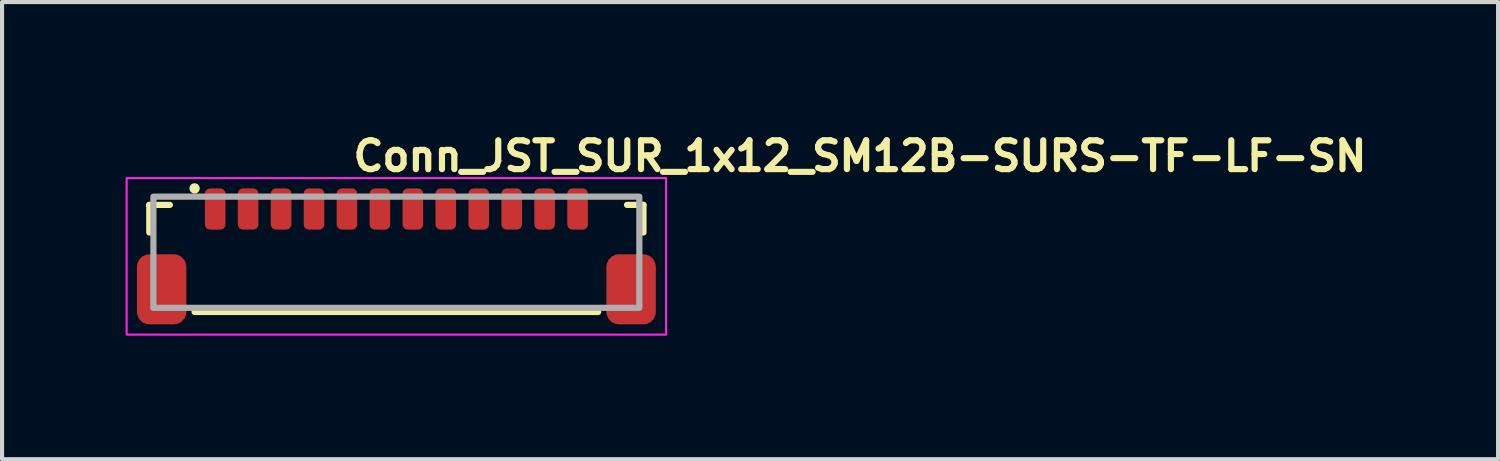
<source format=kicad_pcb>
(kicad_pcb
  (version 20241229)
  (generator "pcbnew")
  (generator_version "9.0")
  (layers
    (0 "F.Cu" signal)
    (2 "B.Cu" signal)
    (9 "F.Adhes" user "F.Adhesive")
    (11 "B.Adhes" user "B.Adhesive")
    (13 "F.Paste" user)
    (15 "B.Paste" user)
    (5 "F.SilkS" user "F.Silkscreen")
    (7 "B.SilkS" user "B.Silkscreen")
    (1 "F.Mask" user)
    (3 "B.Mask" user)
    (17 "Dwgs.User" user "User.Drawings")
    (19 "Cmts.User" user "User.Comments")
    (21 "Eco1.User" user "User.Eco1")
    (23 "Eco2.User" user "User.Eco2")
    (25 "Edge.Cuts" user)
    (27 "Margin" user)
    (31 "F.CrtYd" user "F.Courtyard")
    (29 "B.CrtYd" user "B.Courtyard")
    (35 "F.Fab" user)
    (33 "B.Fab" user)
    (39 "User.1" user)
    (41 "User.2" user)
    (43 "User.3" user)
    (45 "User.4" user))
  (footprint "Conn_JST_SUR_1x12_SM12B-SURS-TF-LF-SN"
    (layer "F.Cu")
    (at 6.575 3.075)
    (property "Reference" "Conn_JST_SUR_1x12_SM12B-SURS-TF-LF-SN" (at -1.125 -1.925 0) (layer "F.SilkS") (effects (font (size 0.7 0.7) (thickness 0.15)) (justify left bottom)))
    (attr smd)
    (fp_line (start -6 -1.15) (end -6 -0.48) (stroke (width 0.15) (type solid)) (layer "F.SilkS"))
    (fp_line (start -5.5 -1.15) (end -6 -1.15) (stroke (width 0.15) (type solid)) (layer "F.SilkS"))
    (fp_line (start -4.9 1.45) (end 4.9 1.45) (stroke (width 0.15) (type solid)) (layer "F.SilkS"))
    (fp_line (start 6 -1.15) (end 5.6 -1.15) (stroke (width 0.15) (type solid)) (layer "F.SilkS"))
    (fp_line (start 6 -0.48) (end 6 -1.15) (stroke (width 0.15) (type solid)) (layer "F.SilkS"))
    (fp_circle (center -4.9 -1.55) (end -4.85 -1.55) (stroke (width 0.15) (type solid)) (fill yes) (layer "F.SilkS"))
    (fp_rect (start -6.55 -1.8) (end 6.55 2) (stroke (width 0.05) (type solid)) (fill no) (layer "F.CrtYd"))
    (fp_rect (start -5.9 -1.35) (end 5.9 1.35) (stroke (width 0.15) (type solid)) (fill no) (layer "F.Fab"))
    (fp_rect (start -5.9 -1.35) (end 5.9 1.35) (stroke (width 0.1) (type solid)) (fill no) (layer "User.5"))
    (fp_line (start -5.9 -1.05) (end -5.9 1.35) (stroke (width 0.02) (type solid)) (layer "User.9"))
    (fp_line (start -5.9 -1.05) (end -5.1 -1.05) (stroke (width 0.02) (type solid)) (layer "User.9"))
    (fp_line (start -5.1 -1.05) (end -5.1 -1.35) (stroke (width 0.02) (type solid)) (layer "User.9"))
    (fp_line (start 5.1 -1.35) (end -5.1 -1.35) (stroke (width 0.02) (type solid)) (layer "User.9"))
    (fp_line (start 5.1 -1.35) (end 5.1 -1.05) (stroke (width 0.02) (type solid)) (layer "User.9"))
    (fp_line (start 5.1 -1.05) (end 5.9 -1.05) (stroke (width 0.02) (type solid)) (layer "User.9"))
    (fp_line (start 5.9 -1.05) (end 5.9 1.35) (stroke (width 0.02) (type solid)) (layer "User.9"))
    (fp_line (start 5.9 1.35) (end -5.9 1.35) (stroke (width 0.02) (type solid)) (layer "User.9"))
    (pad "1" smd roundrect (at -4.4 -1.05) (size 0.5 1) (layers "F.Cu" "F.Mask" "F.Paste") (roundrect_rratio 0.25))
    (pad "2" smd roundrect (at -3.6 -1.05) (size 0.5 1) (layers "F.Cu" "F.Mask" "F.Paste") (roundrect_rratio 0.25))
    (pad "3" smd roundrect (at -2.8 -1.05) (size 0.5 1) (layers "F.Cu" "F.Mask" "F.Paste") (roundrect_rratio 0.25))
    (pad "4" smd roundrect (at -2 -1.05) (size 0.5 1) (layers "F.Cu" "F.Mask" "F.Paste") (roundrect_rratio 0.25))
    (pad "5" smd roundrect (at -1.2 -1.05) (size 0.5 1) (layers "F.Cu" "F.Mask" "F.Paste") (roundrect_rratio 0.25))
    (pad "6" smd roundrect (at -0.4 -1.05) (size 0.5 1) (layers "F.Cu" "F.Mask" "F.Paste") (roundrect_rratio 0.25))
    (pad "7" smd roundrect (at 0.4 -1.05) (size 0.5 1) (layers "F.Cu" "F.Mask" "F.Paste") (roundrect_rratio 0.25))
    (pad "8" smd roundrect (at 1.2 -1.05) (size 0.5 1) (layers "F.Cu" "F.Mask" "F.Paste") (roundrect_rratio 0.25))
    (pad "9" smd roundrect (at 2 -1.05) (size 0.5 1) (layers "F.Cu" "F.Mask" "F.Paste") (roundrect_rratio 0.25))
    (pad "10" smd roundrect (at 2.8 -1.05) (size 0.5 1) (layers "F.Cu" "F.Mask" "F.Paste") (roundrect_rratio 0.25))
    (pad "11" smd roundrect (at 3.6 -1.05) (size 0.5 1) (layers "F.Cu" "F.Mask" "F.Paste") (roundrect_rratio 0.25))
    (pad "12" smd roundrect (at 4.4 -1.05) (size 0.5 1) (layers "F.Cu" "F.Mask" "F.Paste") (roundrect_rratio 0.25))
    (pad "MP" smd roundrect (at -5.7 0.9) (size 1.2 1.7) (layers "F.Cu" "F.Mask" "F.Paste") (roundrect_rratio 0.25))
    (pad "MP" smd roundrect (at 5.7 0.9) (size 1.2 1.7) (layers "F.Cu" "F.Mask" "F.Paste") (roundrect_rratio 0.25)))
  (gr_rect
    (start -3 -3)
    (end 33.327 8.1)
    (stroke (width 0.1) (type default))
    (fill no)
    (layer "Edge.Cuts")))
</source>
